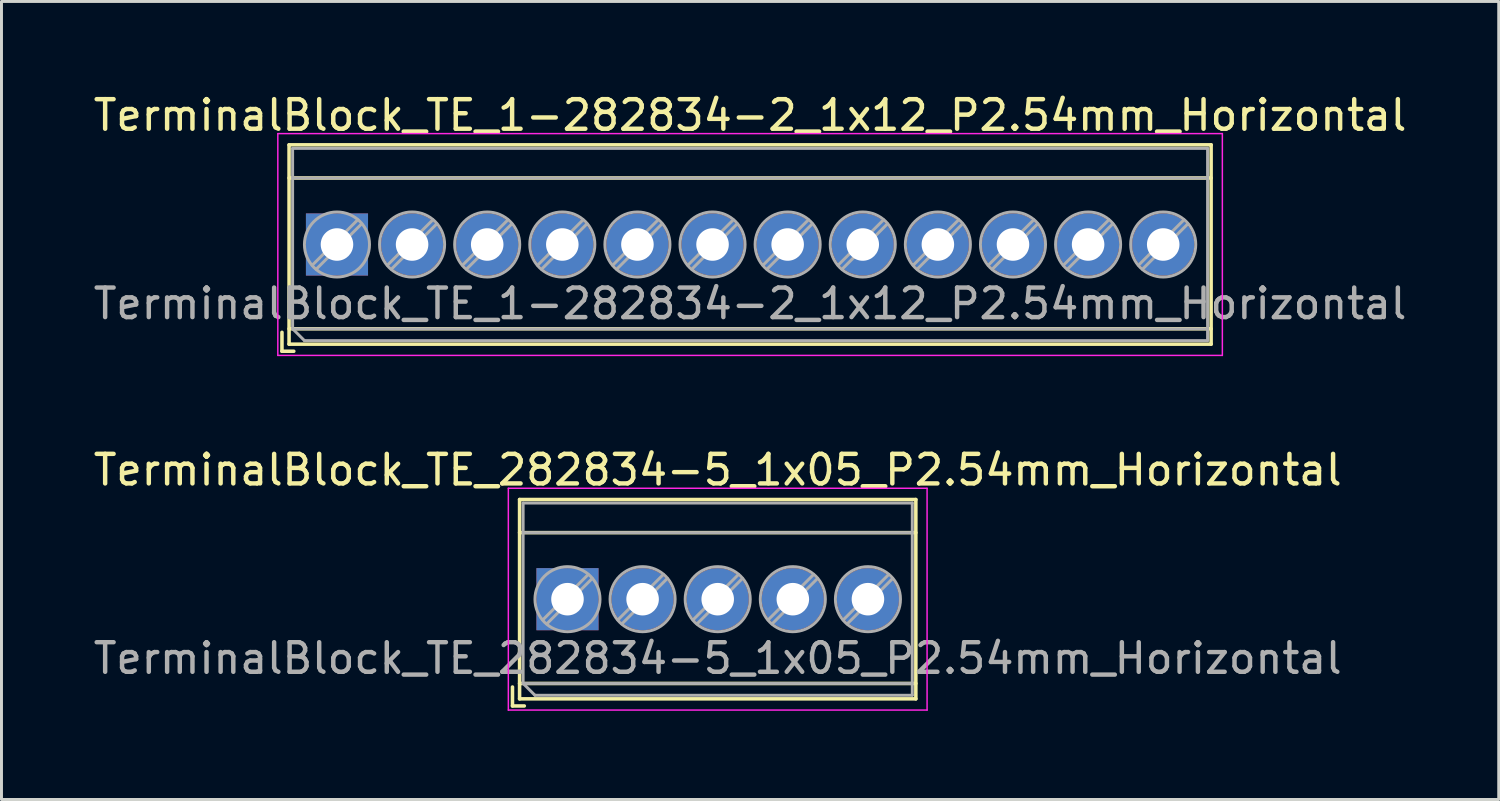
<source format=kicad_pcb>
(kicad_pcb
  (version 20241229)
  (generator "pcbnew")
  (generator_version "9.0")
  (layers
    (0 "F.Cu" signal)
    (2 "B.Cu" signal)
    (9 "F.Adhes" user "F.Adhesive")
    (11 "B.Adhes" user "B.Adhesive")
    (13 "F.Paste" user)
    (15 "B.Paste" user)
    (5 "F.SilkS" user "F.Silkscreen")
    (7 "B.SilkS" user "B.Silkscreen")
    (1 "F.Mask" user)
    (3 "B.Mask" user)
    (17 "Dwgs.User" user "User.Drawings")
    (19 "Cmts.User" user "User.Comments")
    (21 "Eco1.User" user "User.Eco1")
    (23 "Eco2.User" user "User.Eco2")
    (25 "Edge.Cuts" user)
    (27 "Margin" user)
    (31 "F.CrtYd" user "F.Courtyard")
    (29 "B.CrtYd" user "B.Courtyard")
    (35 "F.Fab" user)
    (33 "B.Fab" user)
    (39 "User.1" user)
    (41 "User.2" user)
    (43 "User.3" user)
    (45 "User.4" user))
  (footprint "TerminalBlock_TE_1-282834-2_1x12_P2.54mm_Horizontal"
    (layer "F.Cu")
    (at 8.345 5.218)
    (property "Reference" "TerminalBlock_TE_1-282834-2_1x12_P2.54mm_Horizontal" (at 13.97 -4.37 0) (layer "F.SilkS") (effects (font (size 1 1) (thickness 0.15))))
    (attr through_hole)
    (fp_line (start -1.86 2.97) (end -1.86 3.61) (stroke (width 0.12) (type solid)) (layer "F.SilkS"))
    (fp_line (start -1.86 3.61) (end -1.46 3.61) (stroke (width 0.12) (type solid)) (layer "F.SilkS"))
    (fp_line (start -1.62 -3.37) (end -1.62 3.37) (stroke (width 0.12) (type solid)) (layer "F.SilkS"))
    (fp_line (start -1.62 -3.37) (end 29.56 -3.37) (stroke (width 0.12) (type solid)) (layer "F.SilkS"))
    (fp_line (start -1.62 -2.25) (end 29.56 -2.25) (stroke (width 0.12) (type solid)) (layer "F.SilkS"))
    (fp_line (start -1.62 2.85) (end 29.56 2.85) (stroke (width 0.12) (type solid)) (layer "F.SilkS"))
    (fp_line (start -1.62 3.37) (end 29.56 3.37) (stroke (width 0.12) (type solid)) (layer "F.SilkS"))
    (fp_line (start 29.56 -3.37) (end 29.56 3.37) (stroke (width 0.12) (type solid)) (layer "F.SilkS"))
    (fp_line (start -2 -3.75) (end -2 3.75) (stroke (width 0.05) (type solid)) (layer "F.CrtYd"))
    (fp_line (start -2 3.75) (end 29.94 3.75) (stroke (width 0.05) (type solid)) (layer "F.CrtYd"))
    (fp_line (start 29.94 -3.75) (end -2 -3.75) (stroke (width 0.05) (type solid)) (layer "F.CrtYd"))
    (fp_line (start 29.94 3.75) (end 29.94 -3.75) (stroke (width 0.05) (type solid)) (layer "F.CrtYd"))
    (fp_line (start -1.5 -3.25) (end 29.44 -3.25) (stroke (width 0.1) (type solid)) (layer "F.Fab"))
    (fp_line (start -1.5 -2.25) (end 29.44 -2.25) (stroke (width 0.1) (type solid)) (layer "F.Fab"))
    (fp_line (start -1.5 2.85) (end -1.5 -3.25) (stroke (width 0.1) (type solid)) (layer "F.Fab"))
    (fp_line (start -1.5 2.85) (end 29.44 2.85) (stroke (width 0.1) (type solid)) (layer "F.Fab"))
    (fp_line (start -1.1 3.25) (end -1.5 2.85) (stroke (width 0.1) (type solid)) (layer "F.Fab"))
    (fp_line (start 0.701 -0.835) (end -0.835 0.7) (stroke (width 0.1) (type solid)) (layer "F.Fab"))
    (fp_line (start 0.835 -0.7) (end -0.701 0.835) (stroke (width 0.1) (type solid)) (layer "F.Fab"))
    (fp_line (start 3.241 -0.835) (end 1.706 0.7) (stroke (width 0.1) (type solid)) (layer "F.Fab"))
    (fp_line (start 3.375 -0.7) (end 1.84 0.835) (stroke (width 0.1) (type solid)) (layer "F.Fab"))
    (fp_line (start 5.781 -0.835) (end 4.246 0.7) (stroke (width 0.1) (type solid)) (layer "F.Fab"))
    (fp_line (start 5.915 -0.7) (end 4.38 0.835) (stroke (width 0.1) (type solid)) (layer "F.Fab"))
    (fp_line (start 8.321 -0.835) (end 6.786 0.7) (stroke (width 0.1) (type solid)) (layer "F.Fab"))
    (fp_line (start 8.455 -0.7) (end 6.92 0.835) (stroke (width 0.1) (type solid)) (layer "F.Fab"))
    (fp_line (start 10.861 -0.835) (end 9.326 0.7) (stroke (width 0.1) (type solid)) (layer "F.Fab"))
    (fp_line (start 10.995 -0.7) (end 9.46 0.835) (stroke (width 0.1) (type solid)) (layer "F.Fab"))
    (fp_line (start 13.401 -0.835) (end 11.866 0.7) (stroke (width 0.1) (type solid)) (layer "F.Fab"))
    (fp_line (start 13.535 -0.7) (end 12 0.835) (stroke (width 0.1) (type solid)) (layer "F.Fab"))
    (fp_line (start 15.941 -0.835) (end 14.406 0.7) (stroke (width 0.1) (type solid)) (layer "F.Fab"))
    (fp_line (start 16.075 -0.7) (end 14.54 0.835) (stroke (width 0.1) (type solid)) (layer "F.Fab"))
    (fp_line (start 18.481 -0.835) (end 16.946 0.7) (stroke (width 0.1) (type solid)) (layer "F.Fab"))
    (fp_line (start 18.615 -0.7) (end 17.08 0.835) (stroke (width 0.1) (type solid)) (layer "F.Fab"))
    (fp_line (start 21.021 -0.835) (end 19.486 0.7) (stroke (width 0.1) (type solid)) (layer "F.Fab"))
    (fp_line (start 21.155 -0.7) (end 19.62 0.835) (stroke (width 0.1) (type solid)) (layer "F.Fab"))
    (fp_line (start 23.561 -0.835) (end 22.026 0.7) (stroke (width 0.1) (type solid)) (layer "F.Fab"))
    (fp_line (start 23.695 -0.7) (end 22.16 0.835) (stroke (width 0.1) (type solid)) (layer "F.Fab"))
    (fp_line (start 26.101 -0.835) (end 24.566 0.7) (stroke (width 0.1) (type solid)) (layer "F.Fab"))
    (fp_line (start 26.235 -0.7) (end 24.7 0.835) (stroke (width 0.1) (type solid)) (layer "F.Fab"))
    (fp_line (start 28.641 -0.835) (end 27.106 0.7) (stroke (width 0.1) (type solid)) (layer "F.Fab"))
    (fp_line (start 28.775 -0.7) (end 27.24 0.835) (stroke (width 0.1) (type solid)) (layer "F.Fab"))
    (fp_line (start 29.44 -3.25) (end 29.44 3.25) (stroke (width 0.1) (type solid)) (layer "F.Fab"))
    (fp_line (start 29.44 3.25) (end -1.1 3.25) (stroke (width 0.1) (type solid)) (layer "F.Fab"))
    (fp_circle (center 0 0) (end 1.1 0) (stroke (width 0.1) (type solid)) (fill no) (layer "F.Fab"))
    (fp_circle (center 2.54 0) (end 3.64 0) (stroke (width 0.1) (type solid)) (fill no) (layer "F.Fab"))
    (fp_circle (center 5.08 0) (end 6.18 0) (stroke (width 0.1) (type solid)) (fill no) (layer "F.Fab"))
    (fp_circle (center 7.62 0) (end 8.72 0) (stroke (width 0.1) (type solid)) (fill no) (layer "F.Fab"))
    (fp_circle (center 10.16 0) (end 11.26 0) (stroke (width 0.1) (type solid)) (fill no) (layer "F.Fab"))
    (fp_circle (center 12.7 0) (end 13.8 0) (stroke (width 0.1) (type solid)) (fill no) (layer "F.Fab"))
    (fp_circle (center 15.24 0) (end 16.34 0) (stroke (width 0.1) (type solid)) (fill no) (layer "F.Fab"))
    (fp_circle (center 17.78 0) (end 18.88 0) (stroke (width 0.1) (type solid)) (fill no) (layer "F.Fab"))
    (fp_circle (center 20.32 0) (end 21.42 0) (stroke (width 0.1) (type solid)) (fill no) (layer "F.Fab"))
    (fp_circle (center 22.86 0) (end 23.96 0) (stroke (width 0.1) (type solid)) (fill no) (layer "F.Fab"))
    (fp_circle (center 25.4 0) (end 26.5 0) (stroke (width 0.1) (type solid)) (fill no) (layer "F.Fab"))
    (fp_circle (center 27.94 0) (end 29.04 0) (stroke (width 0.1) (type solid)) (fill no) (layer "F.Fab"))
    (fp_text user "${REFERENCE}" (at 13.97 2 0) (layer "F.Fab") (effects (font (size 1 1) (thickness 0.15))))
    (pad "1" thru_hole rect (at 0 0) (size 2.1 2.1) (drill 1.1) (layers "*.Cu" "*.Mask"))
    (pad "2" thru_hole circle (at 2.54 0) (size 2.1 2.1) (drill 1.1) (layers "*.Cu" "*.Mask"))
    (pad "3" thru_hole circle (at 5.08 0) (size 2.1 2.1) (drill 1.1) (layers "*.Cu" "*.Mask"))
    (pad "4" thru_hole circle (at 7.62 0) (size 2.1 2.1) (drill 1.1) (layers "*.Cu" "*.Mask"))
    (pad "5" thru_hole circle (at 10.16 0) (size 2.1 2.1) (drill 1.1) (layers "*.Cu" "*.Mask"))
    (pad "6" thru_hole circle (at 12.7 0) (size 2.1 2.1) (drill 1.1) (layers "*.Cu" "*.Mask"))
    (pad "7" thru_hole circle (at 15.24 0) (size 2.1 2.1) (drill 1.1) (layers "*.Cu" "*.Mask"))
    (pad "8" thru_hole circle (at 17.78 0) (size 2.1 2.1) (drill 1.1) (layers "*.Cu" "*.Mask"))
    (pad "9" thru_hole circle (at 20.32 0) (size 2.1 2.1) (drill 1.1) (layers "*.Cu" "*.Mask"))
    (pad "10" thru_hole circle (at 22.86 0) (size 2.1 2.1) (drill 1.1) (layers "*.Cu" "*.Mask"))
    (pad "11" thru_hole circle (at 25.4 0) (size 2.1 2.1) (drill 1.1) (layers "*.Cu" "*.Mask"))
    (pad "12" thru_hole circle (at 27.94 0) (size 2.1 2.1) (drill 1.1) (layers "*.Cu" "*.Mask")))
  (footprint "TerminalBlock_TE_282834-5_1x05_P2.54mm_Horizontal"
    (layer "F.Cu")
    (at 16.14 17.212)
    (property "Reference" "TerminalBlock_TE_282834-5_1x05_P2.54mm_Horizontal" (at 5.08 -4.37 0) (layer "F.SilkS") (effects (font (size 1 1) (thickness 0.15))))
    (attr through_hole)
    (fp_line (start -1.86 2.97) (end -1.86 3.61) (stroke (width 0.12) (type solid)) (layer "F.SilkS"))
    (fp_line (start -1.86 3.61) (end -1.46 3.61) (stroke (width 0.12) (type solid)) (layer "F.SilkS"))
    (fp_line (start -1.62 -3.37) (end -1.62 3.37) (stroke (width 0.12) (type solid)) (layer "F.SilkS"))
    (fp_line (start -1.62 -3.37) (end 11.78 -3.37) (stroke (width 0.12) (type solid)) (layer "F.SilkS"))
    (fp_line (start -1.62 -2.25) (end 11.78 -2.25) (stroke (width 0.12) (type solid)) (layer "F.SilkS"))
    (fp_line (start -1.62 2.85) (end 11.78 2.85) (stroke (width 0.12) (type solid)) (layer "F.SilkS"))
    (fp_line (start -1.62 3.37) (end 11.78 3.37) (stroke (width 0.12) (type solid)) (layer "F.SilkS"))
    (fp_line (start 11.78 -3.37) (end 11.78 3.37) (stroke (width 0.12) (type solid)) (layer "F.SilkS"))
    (fp_line (start -2 -3.75) (end -2 3.75) (stroke (width 0.05) (type solid)) (layer "F.CrtYd"))
    (fp_line (start -2 3.75) (end 12.16 3.75) (stroke (width 0.05) (type solid)) (layer "F.CrtYd"))
    (fp_line (start 12.16 -3.75) (end -2 -3.75) (stroke (width 0.05) (type solid)) (layer "F.CrtYd"))
    (fp_line (start 12.16 3.75) (end 12.16 -3.75) (stroke (width 0.05) (type solid)) (layer "F.CrtYd"))
    (fp_line (start -1.5 -3.25) (end 11.66 -3.25) (stroke (width 0.1) (type solid)) (layer "F.Fab"))
    (fp_line (start -1.5 -2.25) (end 11.66 -2.25) (stroke (width 0.1) (type solid)) (layer "F.Fab"))
    (fp_line (start -1.5 2.85) (end -1.5 -3.25) (stroke (width 0.1) (type solid)) (layer "F.Fab"))
    (fp_line (start -1.5 2.85) (end 11.66 2.85) (stroke (width 0.1) (type solid)) (layer "F.Fab"))
    (fp_line (start -1.1 3.25) (end -1.5 2.85) (stroke (width 0.1) (type solid)) (layer "F.Fab"))
    (fp_line (start 0.701 -0.835) (end -0.835 0.7) (stroke (width 0.1) (type solid)) (layer "F.Fab"))
    (fp_line (start 0.835 -0.7) (end -0.701 0.835) (stroke (width 0.1) (type solid)) (layer "F.Fab"))
    (fp_line (start 3.241 -0.835) (end 1.706 0.7) (stroke (width 0.1) (type solid)) (layer "F.Fab"))
    (fp_line (start 3.375 -0.7) (end 1.84 0.835) (stroke (width 0.1) (type solid)) (layer "F.Fab"))
    (fp_line (start 5.781 -0.835) (end 4.246 0.7) (stroke (width 0.1) (type solid)) (layer "F.Fab"))
    (fp_line (start 5.915 -0.7) (end 4.38 0.835) (stroke (width 0.1) (type solid)) (layer "F.Fab"))
    (fp_line (start 8.321 -0.835) (end 6.786 0.7) (stroke (width 0.1) (type solid)) (layer "F.Fab"))
    (fp_line (start 8.455 -0.7) (end 6.92 0.835) (stroke (width 0.1) (type solid)) (layer "F.Fab"))
    (fp_line (start 10.861 -0.835) (end 9.326 0.7) (stroke (width 0.1) (type solid)) (layer "F.Fab"))
    (fp_line (start 10.995 -0.7) (end 9.46 0.835) (stroke (width 0.1) (type solid)) (layer "F.Fab"))
    (fp_line (start 11.66 -3.25) (end 11.66 3.25) (stroke (width 0.1) (type solid)) (layer "F.Fab"))
    (fp_line (start 11.66 3.25) (end -1.1 3.25) (stroke (width 0.1) (type solid)) (layer "F.Fab"))
    (fp_circle (center 0 0) (end 1.1 0) (stroke (width 0.1) (type solid)) (fill no) (layer "F.Fab"))
    (fp_circle (center 2.54 0) (end 3.64 0) (stroke (width 0.1) (type solid)) (fill no) (layer "F.Fab"))
    (fp_circle (center 5.08 0) (end 6.18 0) (stroke (width 0.1) (type solid)) (fill no) (layer "F.Fab"))
    (fp_circle (center 7.62 0) (end 8.72 0) (stroke (width 0.1) (type solid)) (fill no) (layer "F.Fab"))
    (fp_circle (center 10.16 0) (end 11.26 0) (stroke (width 0.1) (type solid)) (fill no) (layer "F.Fab"))
    (fp_text user "${REFERENCE}" (at 5.08 2 0) (layer "F.Fab") (effects (font (size 1 1) (thickness 0.15))))
    (pad "1" thru_hole rect (at 0 0) (size 2.1 2.1) (drill 1.1) (layers "*.Cu" "*.Mask"))
    (pad "2" thru_hole circle (at 2.54 0) (size 2.1 2.1) (drill 1.1) (layers "*.Cu" "*.Mask"))
    (pad "3" thru_hole circle (at 5.08 0) (size 2.1 2.1) (drill 1.1) (layers "*.Cu" "*.Mask"))
    (pad "4" thru_hole circle (at 7.62 0) (size 2.1 2.1) (drill 1.1) (layers "*.Cu" "*.Mask"))
    (pad "5" thru_hole circle (at 10.16 0) (size 2.1 2.1) (drill 1.1) (layers "*.Cu" "*.Mask")))
  (gr_rect
    (start -3 -3)
    (end 47.631 23.986)
    (stroke (width 0.1) (type default))
    (fill no)
    (layer "Edge.Cuts")))
</source>
